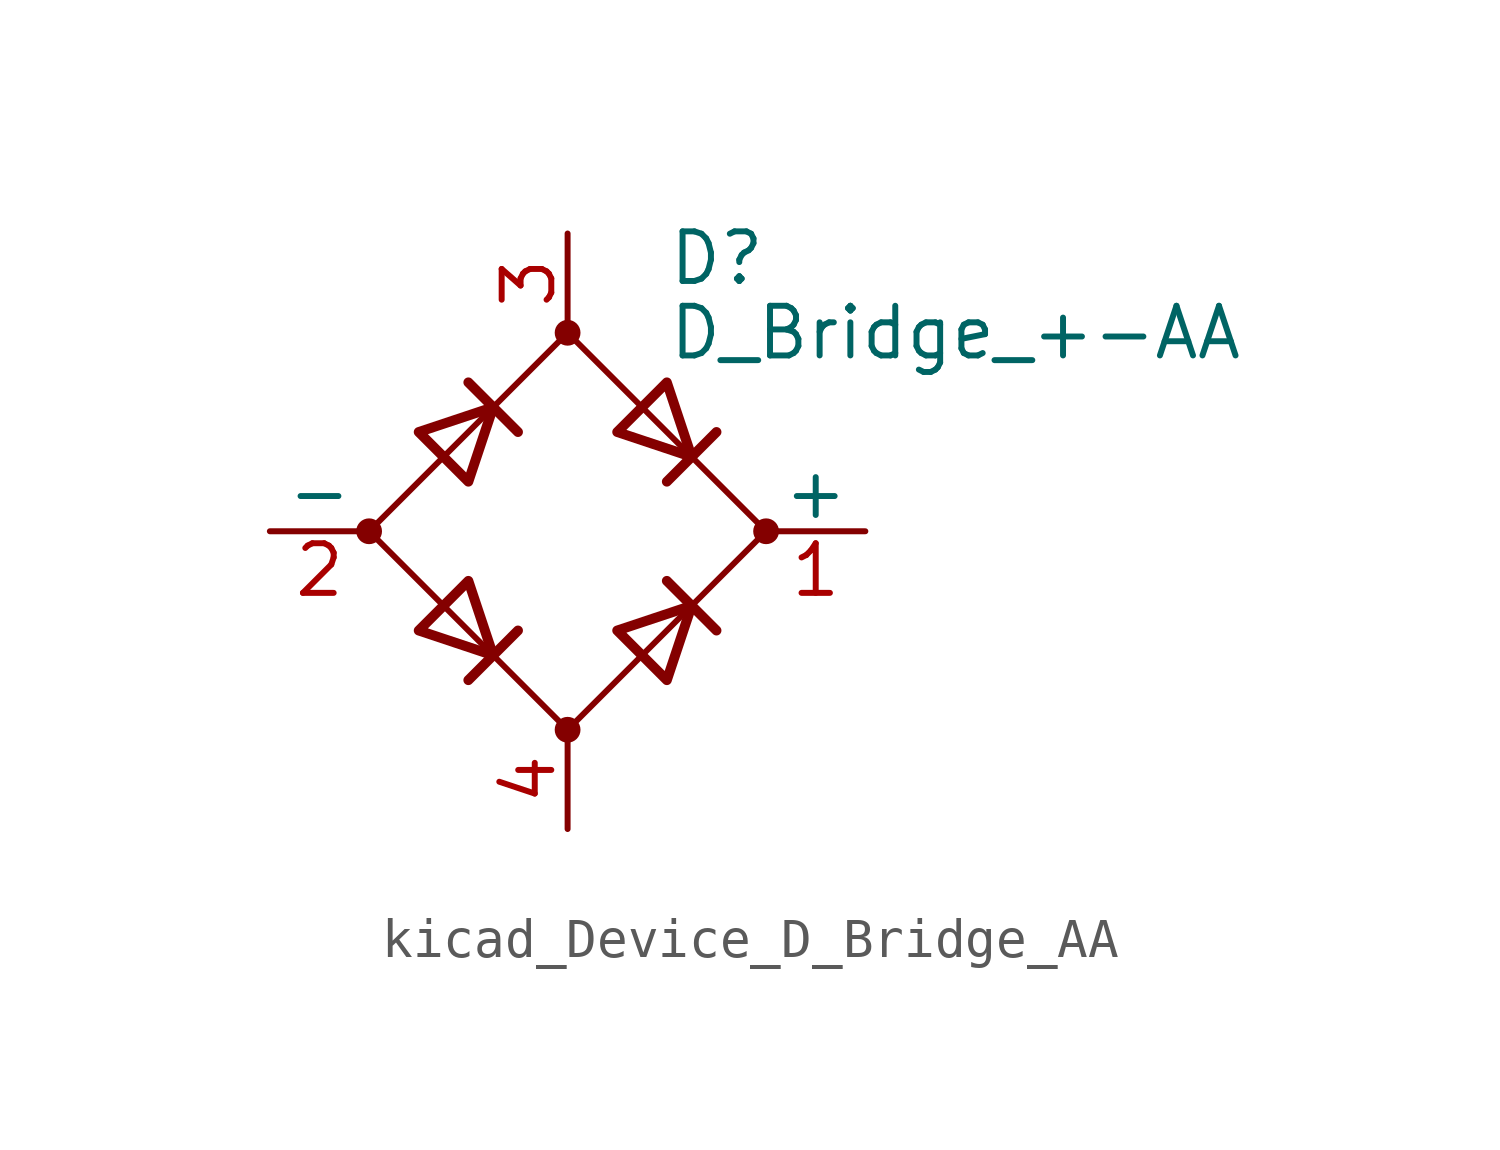
<source format=kicad_sym>
(kicad_symbol_lib
  (version 20220914)
  (generator kicad_symbol_editor)
  (symbol "kicad_Device_D_Bridge_AA"
    (pin_names
      (offset 0))
    (property "Reference" "D"
      (at 2.54 6.985 0)
      (effects (font (size 1.27 1.27)) (justify left)))
    (property "Value" "D_Bridge_+-AA"
      (at 2.54 5.08 0)
      (effects (font (size 1.27 1.27)) (justify left)))
    (symbol "kicad_Device_D_Bridge_AA_0_1"
      (circle (center -5.08 0) (radius 0.254) (stroke (width 0) (type default)) (fill (type outline)))
      (circle (center 0 -5.08) (radius 0.254) (stroke (width 0) (type default)) (fill (type outline)))
      (polyline (pts (xy -2.54 3.81) (xy -1.27 2.54)) (stroke (width 0.254) (type default)) (fill (type none)))
      (polyline (pts (xy -1.27 -2.54) (xy -2.54 -3.81)) (stroke (width 0.254) (type default)) (fill (type none)))
      (polyline (pts (xy 2.54 -1.27) (xy 3.81 -2.54)) (stroke (width 0.254) (type default)) (fill (type none)))
      (polyline (pts (xy 2.54 1.27) (xy 3.81 2.54)) (stroke (width 0.254) (type default)) (fill (type none)))
      (polyline (pts (xy -3.81 2.54) (xy -2.54 1.27) (xy -1.905 3.175) (xy -3.81 2.54)) (stroke (width 0.254) (type default)) (fill (type none)))
      (polyline (pts (xy -2.54 -1.27) (xy -3.81 -2.54) (xy -1.905 -3.175) (xy -2.54 -1.27)) (stroke (width 0.254) (type default)) (fill (type none)))
      (polyline (pts (xy 1.27 2.54) (xy 2.54 3.81) (xy 3.175 1.905) (xy 1.27 2.54)) (stroke (width 0.254) (type default)) (fill (type none)))
      (polyline (pts (xy 3.175 -1.905) (xy 1.27 -2.54) (xy 2.54 -3.81) (xy 3.175 -1.905)) (stroke (width 0.254) (type default)) (fill (type none)))
      (polyline (pts (xy -5.08 0) (xy 0 -5.08) (xy 5.08 0) (xy 0 5.08) (xy -5.08 0)) (stroke (width 0) (type default)) (fill (type none)))
      (circle (center 0 5.08) (radius 0.254) (stroke (width 0) (type default)) (fill (type outline)))
      (circle (center 5.08 0) (radius 0.254) (stroke (width 0) (type default)) (fill (type outline))))
    (symbol "kicad_Device_D_Bridge_AA_1_1"
      (pin passive line (at 7.62 0 180) (length 2.54) (name "+" (effects (font (size 1.27 1.27)))) (number "1" (effects (font (size 1.27 1.27)))))
      (pin passive line (at -7.62 0 0) (length 2.54) (name "-" (effects (font (size 1.27 1.27)))) (number "2" (effects (font (size 1.27 1.27)))))
      (pin passive line (at 0 7.62 270) (length 2.54) (name "~" (effects (font (size 1.27 1.27)))) (number "3" (effects (font (size 1.27 1.27)))))
      (pin passive line (at 0 -7.62 90) (length 2.54) (name "~" (effects (font (size 1.27 1.27)))) (number "4" (effects (font (size 1.27 1.27))))))))
</source>
